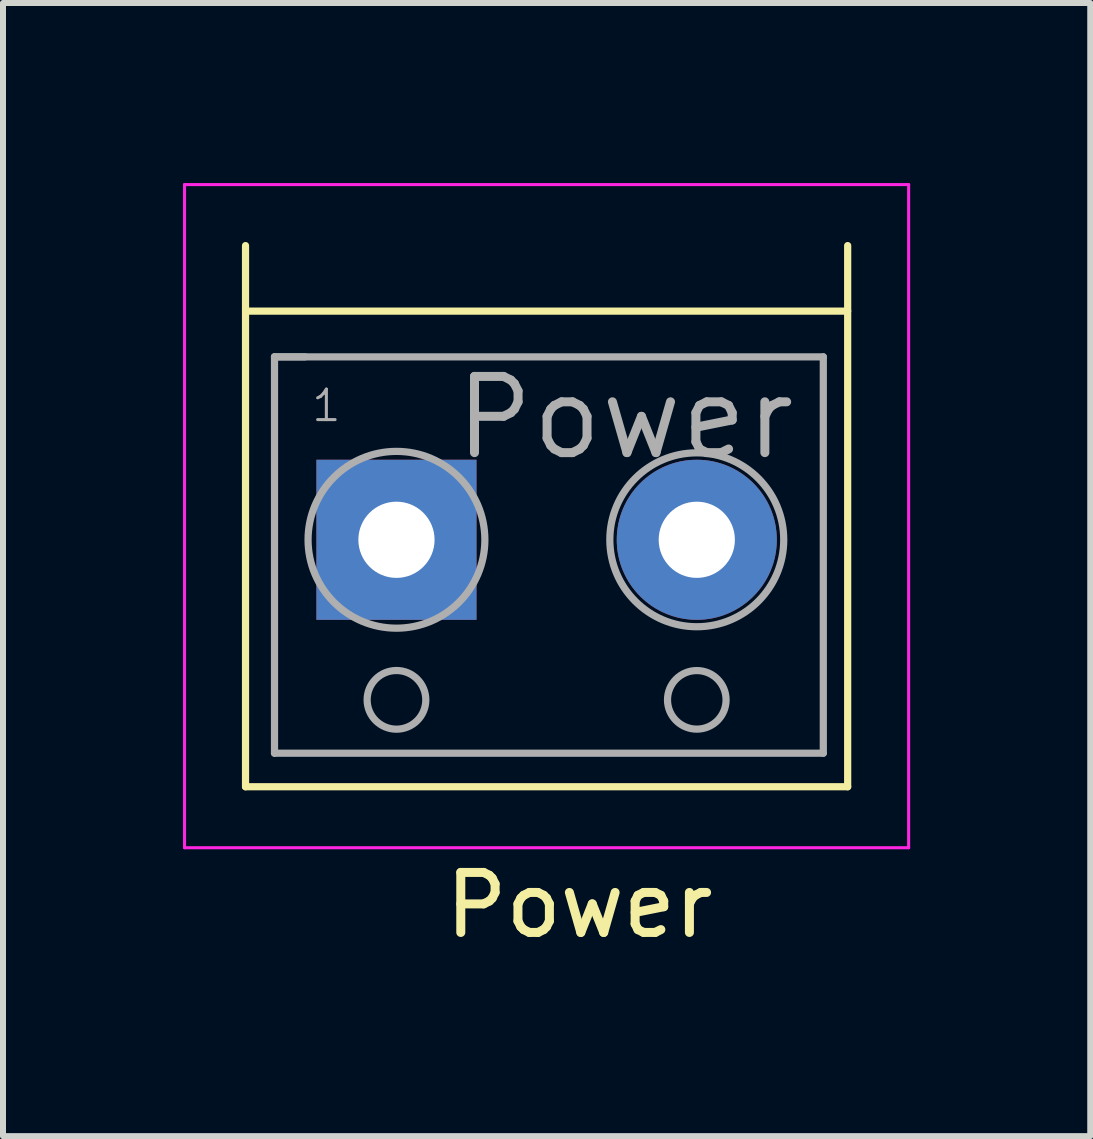
<source format=kicad_pcb>
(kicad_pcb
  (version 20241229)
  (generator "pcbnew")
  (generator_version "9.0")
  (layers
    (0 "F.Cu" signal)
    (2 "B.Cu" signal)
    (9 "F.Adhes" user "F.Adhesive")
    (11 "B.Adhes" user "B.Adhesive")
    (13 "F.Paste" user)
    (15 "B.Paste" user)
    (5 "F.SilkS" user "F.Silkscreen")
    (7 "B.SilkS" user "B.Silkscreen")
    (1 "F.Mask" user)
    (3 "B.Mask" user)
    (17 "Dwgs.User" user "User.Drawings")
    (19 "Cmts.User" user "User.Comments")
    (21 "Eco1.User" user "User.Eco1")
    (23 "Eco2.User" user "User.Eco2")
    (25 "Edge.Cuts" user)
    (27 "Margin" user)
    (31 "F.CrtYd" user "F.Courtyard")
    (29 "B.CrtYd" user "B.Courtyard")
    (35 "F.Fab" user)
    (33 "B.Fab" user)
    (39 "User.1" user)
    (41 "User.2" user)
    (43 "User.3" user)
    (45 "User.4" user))
  (footprint "Power"
    (layer "F.Cu")
    (at 3.556 5.944)
    (property "Reference" "Power" (at 3.048 6.088 0) (layer "F.SilkS") (effects (font (size 1 1) (thickness 0.15))))
    (attr through_hole)
    (fp_line (start -2.515 -3.81) (end 7.518 -3.81) (stroke (width 0.12) (type solid)) (layer "F.SilkS"))
    (fp_line (start -2.515 4.115) (end -2.515 -4.902) (stroke (width 0.12) (type solid)) (layer "F.SilkS"))
    (fp_line (start -2.515 4.115) (end 7.518 4.115) (stroke (width 0.12) (type solid)) (layer "F.SilkS"))
    (fp_line (start 7.518 -4.902) (end 7.518 4.115) (stroke (width 0.12) (type solid)) (layer "F.SilkS"))
    (fp_line (start -3.531 -5.918) (end 8.534 -5.918) (stroke (width 0.051) (type solid)) (layer "F.CrtYd"))
    (fp_line (start -3.531 5.131) (end -3.531 -5.918) (stroke (width 0.051) (type solid)) (layer "F.CrtYd"))
    (fp_line (start -3.531 5.131) (end 8.534 5.131) (stroke (width 0.051) (type solid)) (layer "F.CrtYd"))
    (fp_line (start 8.534 -5.918) (end 8.534 5.131) (stroke (width 0.051) (type solid)) (layer "F.CrtYd"))
    (fp_line (start -2.032 -3.048) (end -2.032 3.556) (stroke (width 0.12) (type solid)) (layer "F.Fab"))
    (fp_line (start -2.032 -3.048) (end -1.524 -3.048) (stroke (width 0.12) (type solid)) (layer "F.Fab"))
    (fp_line (start -2.032 3.556) (end 7.112 3.556) (stroke (width 0.12) (type solid)) (layer "F.Fab"))
    (fp_line (start 7.112 -3.048) (end -2.032 -3.048) (stroke (width 0.12) (type solid)) (layer "F.Fab"))
    (fp_line (start 7.112 3.556) (end 7.112 -3.048) (stroke (width 0.12) (type solid)) (layer "F.Fab"))
    (fp_circle (center 0 0) (end 1.473 0) (stroke (width 0.12) (type solid)) (fill no) (layer "F.Fab"))
    (fp_circle (center 0 2.667) (end 0.483 2.743) (stroke (width 0.12) (type solid)) (fill no) (layer "F.Fab"))
    (fp_circle (center 5.004 0) (end 6.452 -0.051) (stroke (width 0.12) (type solid)) (fill no) (layer "F.Fab"))
    (fp_circle (center 5.004 2.667) (end 5.492 2.667) (stroke (width 0.12) (type solid)) (fill no) (layer "F.Fab"))
    (fp_text user "${REFERENCE}" (at 3.81 -2.032 0) (layer "F.Fab") (effects (font (size 1.27 1.27) (thickness 0.15))))
    (fp_text user "1" (at -1.168 -2.235 0) (layer "F.Fab") (effects (font (size 0.508 0.508) (thickness 0.051))))
    (pad "1" thru_hole rect (at 0 0) (size 2.667 2.667) (drill 1.27) (layers "*.Cu" "*.Mask"))
    (pad "2" thru_hole circle (at 5.004 0) (size 2.667 2.667) (drill 1.27) (layers "*.Cu" "*.Mask")))
  (gr_rect
    (start -3 -3)
    (end 15.116 15.88)
    (stroke (width 0.1) (type default))
    (fill no)
    (layer "Edge.Cuts")))
</source>
